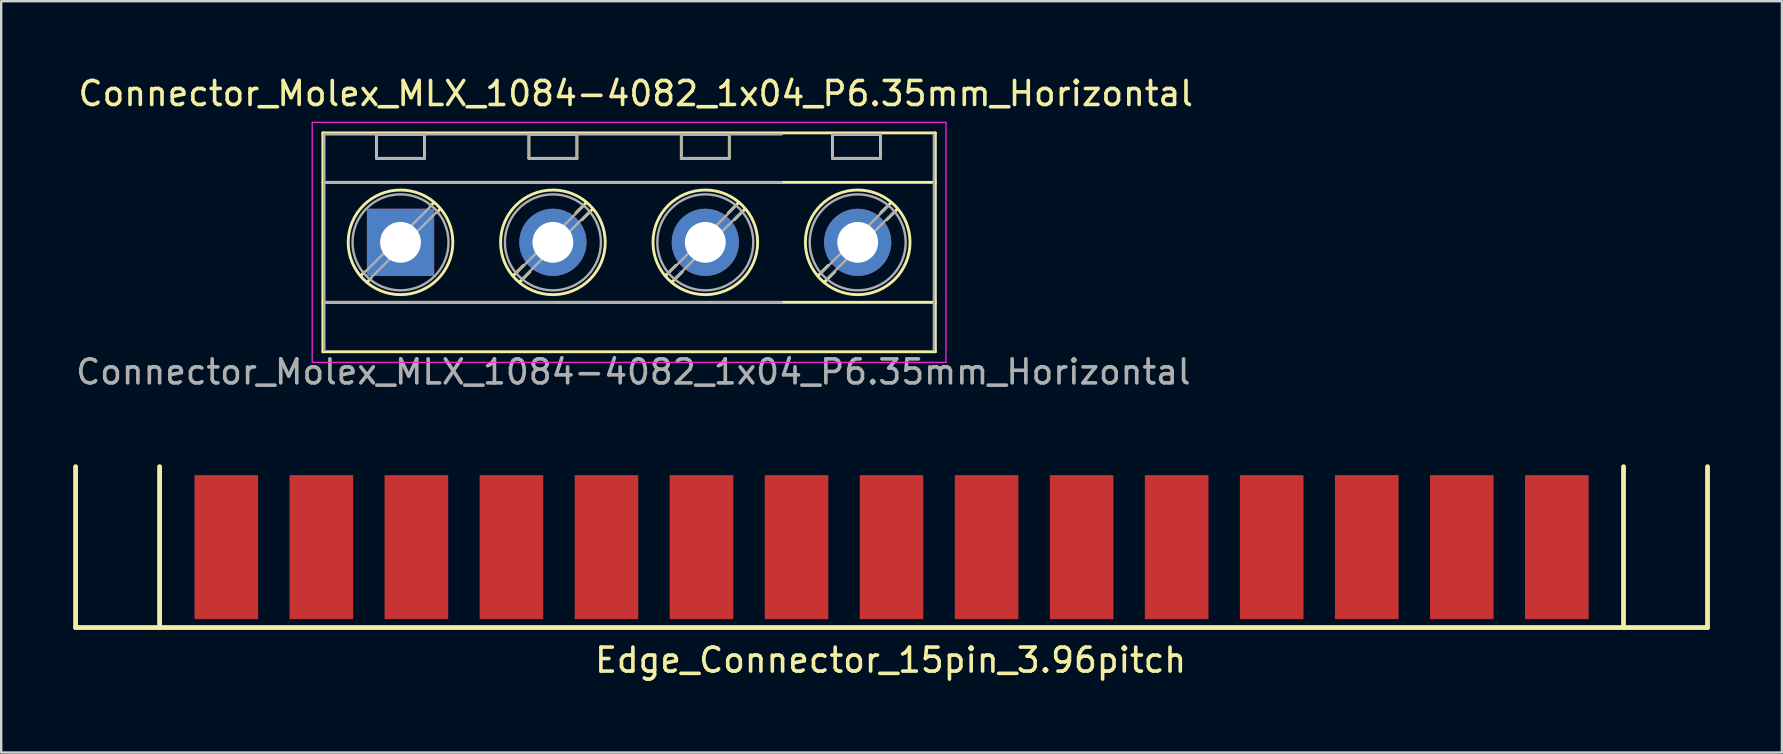
<source format=kicad_pcb>
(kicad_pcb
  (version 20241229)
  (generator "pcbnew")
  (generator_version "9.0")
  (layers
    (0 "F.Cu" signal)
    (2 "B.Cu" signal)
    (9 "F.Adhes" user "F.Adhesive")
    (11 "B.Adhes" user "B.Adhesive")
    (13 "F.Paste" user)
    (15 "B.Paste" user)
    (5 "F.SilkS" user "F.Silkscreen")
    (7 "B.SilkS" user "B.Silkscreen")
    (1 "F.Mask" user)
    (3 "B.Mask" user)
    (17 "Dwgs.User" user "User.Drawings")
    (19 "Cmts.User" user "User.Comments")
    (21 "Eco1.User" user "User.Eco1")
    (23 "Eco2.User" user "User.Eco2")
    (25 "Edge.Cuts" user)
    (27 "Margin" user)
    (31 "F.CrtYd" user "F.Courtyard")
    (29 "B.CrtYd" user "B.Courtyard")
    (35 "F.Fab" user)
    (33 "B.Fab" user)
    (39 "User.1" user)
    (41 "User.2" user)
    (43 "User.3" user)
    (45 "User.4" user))
  (footprint "Edge_Connector_15pin_3.96pitch"
    (layer "F.Cu")
    (at 34.1 19.748)
    (property "Reference" "Edge_Connector_15pin_3.96pitch" (at -0.04 4.71 0) (layer "F.SilkS") (effects (font (size 1 1) (thickness 0.15))))
    (attr through_hole)
    (fp_line (start -34 -3.352) (end -34 3.352) (stroke (width 0.2) (type solid)) (layer "F.SilkS"))
    (fp_line (start -30.5 -3.352) (end -30.5 3.352) (stroke (width 0.2) (type solid)) (layer "F.SilkS"))
    (fp_line (start 30.5 -3.352) (end 30.5 3.352) (stroke (width 0.2) (type solid)) (layer "F.SilkS"))
    (fp_line (start 34 -3.352) (end 34 3.352) (stroke (width 0.2) (type solid)) (layer "F.SilkS"))
    (fp_line (start 34 3.35) (end -34 3.35) (stroke (width 0.2) (type solid)) (layer "F.SilkS"))
    (pad "1" smd rect (at -27.72 0) (size 2.65 6) (layers "F.Cu" "F.Mask" "F.Paste"))
    (pad "2" smd rect (at -23.76 0) (size 2.65 6) (layers "F.Cu" "F.Mask" "F.Paste"))
    (pad "3" smd rect (at -19.8 0) (size 2.65 6) (layers "F.Cu" "F.Mask" "F.Paste"))
    (pad "4" smd rect (at -15.84 0) (size 2.65 6) (layers "F.Cu" "F.Mask" "F.Paste"))
    (pad "5" smd rect (at -11.88 0) (size 2.65 6) (layers "F.Cu" "F.Mask" "F.Paste"))
    (pad "6" smd rect (at -7.92 0) (size 2.65 6) (layers "F.Cu" "F.Mask" "F.Paste"))
    (pad "7" smd rect (at -3.96 0) (size 2.65 6) (layers "F.Cu" "F.Mask" "F.Paste"))
    (pad "8" smd rect (at 0 0) (size 2.65 6) (layers "F.Cu" "F.Mask" "F.Paste"))
    (pad "9" smd rect (at 3.96 0) (size 2.65 6) (layers "F.Cu" "F.Mask" "F.Paste"))
    (pad "10" smd rect (at 7.92 0) (size 2.65 6) (layers "F.Cu" "F.Mask" "F.Paste"))
    (pad "11" smd rect (at 11.88 0) (size 2.65 6) (layers "F.Cu" "F.Mask" "F.Paste"))
    (pad "12" smd rect (at 15.84 0) (size 2.65 6) (layers "F.Cu" "F.Mask" "F.Paste"))
    (pad "13" smd rect (at 19.8 0) (size 2.65 6) (layers "F.Cu" "F.Mask" "F.Paste"))
    (pad "14" smd rect (at 23.76 0) (size 2.65 6) (layers "F.Cu" "F.Mask" "F.Paste"))
    (pad "15" smd rect (at 27.72 0) (size 2.65 6) (layers "F.Cu" "F.Mask" "F.Paste")))
  (footprint "Connector_Molex_MLX_1084-4082_1x04_P6.35mm_Horizontal"
    (layer "F.Cu")
    (at 13.639 7.048)
    (property "Reference" "Connector_Molex_MLX_1084-4082_1x04_P6.35mm_Horizontal" (at 9.8 -6.2 0) (layer "F.SilkS") (effects (font (size 1 1) (thickness 0.15))))
    (attr through_hole)
    (fp_line (start -3.235 -4.56) (end -3.235 4.56) (stroke (width 0.12) (type solid)) (layer "F.SilkS"))
    (fp_line (start -3.235 -4.56) (end 22.285 -4.56) (stroke (width 0.12) (type solid)) (layer "F.SilkS"))
    (fp_line (start -3.235 -2.5) (end 22.285 -2.5) (stroke (width 0.12) (type solid)) (layer "F.SilkS"))
    (fp_line (start -3.235 2.5) (end 22.285 2.5) (stroke (width 0.12) (type solid)) (layer "F.SilkS"))
    (fp_line (start -3.235 4.56) (end 22.285 4.56) (stroke (width 0.12) (type solid)) (layer "F.SilkS"))
    (fp_line (start -1.502 1.235) (end -1.654 1.388) (stroke (width 0.12) (type solid)) (layer "F.SilkS"))
    (fp_line (start -1.236 1.502) (end -1.388 1.654) (stroke (width 0.12) (type solid)) (layer "F.SilkS"))
    (fp_line (start -1 -4.5) (end -1 -3.5) (stroke (width 0.12) (type solid)) (layer "F.SilkS"))
    (fp_line (start -1 -4.5) (end 1 -4.5) (stroke (width 0.12) (type solid)) (layer "F.SilkS"))
    (fp_line (start -1 -3.5) (end 1 -3.5) (stroke (width 0.12) (type solid)) (layer "F.SilkS"))
    (fp_line (start 1 -4.5) (end 1 -3.5) (stroke (width 0.12) (type solid)) (layer "F.SilkS"))
    (fp_line (start 1.388 -1.654) (end 1.236 -1.502) (stroke (width 0.12) (type solid)) (layer "F.SilkS"))
    (fp_line (start 1.654 -1.388) (end 1.502 -1.236) (stroke (width 0.12) (type solid)) (layer "F.SilkS"))
    (fp_line (start 5.123 0.962) (end 4.697 1.388) (stroke (width 0.12) (type solid)) (layer "F.SilkS"))
    (fp_line (start 5.35 -4.5) (end 5.35 -3.5) (stroke (width 0.12) (type solid)) (layer "F.SilkS"))
    (fp_line (start 5.35 -4.5) (end 7.35 -4.5) (stroke (width 0.12) (type solid)) (layer "F.SilkS"))
    (fp_line (start 5.35 -3.5) (end 7.35 -3.5) (stroke (width 0.12) (type solid)) (layer "F.SilkS"))
    (fp_line (start 5.389 1.228) (end 4.963 1.654) (stroke (width 0.12) (type solid)) (layer "F.SilkS"))
    (fp_line (start 7.35 -4.5) (end 7.35 -3.5) (stroke (width 0.12) (type solid)) (layer "F.SilkS"))
    (fp_line (start 7.738 -1.654) (end 7.312 -1.228) (stroke (width 0.12) (type solid)) (layer "F.SilkS"))
    (fp_line (start 8.004 -1.388) (end 7.563 -0.947) (stroke (width 0.12) (type solid)) (layer "F.SilkS"))
    (fp_line (start 11.473 0.962) (end 11.047 1.388) (stroke (width 0.12) (type solid)) (layer "F.SilkS"))
    (fp_line (start 11.7 -4.5) (end 11.7 -3.5) (stroke (width 0.12) (type solid)) (layer "F.SilkS"))
    (fp_line (start 11.7 -4.5) (end 13.7 -4.5) (stroke (width 0.12) (type solid)) (layer "F.SilkS"))
    (fp_line (start 11.7 -3.5) (end 13.7 -3.5) (stroke (width 0.12) (type solid)) (layer "F.SilkS"))
    (fp_line (start 11.739 1.228) (end 11.313 1.654) (stroke (width 0.12) (type solid)) (layer "F.SilkS"))
    (fp_line (start 13.7 -4.5) (end 13.7 -3.5) (stroke (width 0.12) (type solid)) (layer "F.SilkS"))
    (fp_line (start 14.088 -1.654) (end 13.662 -1.228) (stroke (width 0.12) (type solid)) (layer "F.SilkS"))
    (fp_line (start 14.354 -1.388) (end 13.913 -0.947) (stroke (width 0.12) (type solid)) (layer "F.SilkS"))
    (fp_line (start 17.823 0.962) (end 17.397 1.388) (stroke (width 0.12) (type solid)) (layer "F.SilkS"))
    (fp_line (start 18 -4.5) (end 18 -3.5) (stroke (width 0.12) (type solid)) (layer "F.SilkS"))
    (fp_line (start 18 -4.5) (end 20 -4.5) (stroke (width 0.12) (type solid)) (layer "F.SilkS"))
    (fp_line (start 18 -3.5) (end 20 -3.5) (stroke (width 0.12) (type solid)) (layer "F.SilkS"))
    (fp_line (start 18.089 1.228) (end 17.663 1.654) (stroke (width 0.12) (type solid)) (layer "F.SilkS"))
    (fp_line (start 20 -4.5) (end 20 -3.5) (stroke (width 0.12) (type solid)) (layer "F.SilkS"))
    (fp_line (start 20.438 -1.654) (end 20.012 -1.228) (stroke (width 0.12) (type solid)) (layer "F.SilkS"))
    (fp_line (start 20.704 -1.388) (end 20.263 -0.947) (stroke (width 0.12) (type solid)) (layer "F.SilkS"))
    (fp_line (start 22.285 -4.56) (end 22.285 4.56) (stroke (width 0.12) (type solid)) (layer "F.SilkS"))
    (fp_circle (center 0 0) (end 2.18 0) (stroke (width 0.12) (type solid)) (fill no) (layer "F.SilkS"))
    (fp_circle (center 6.35 0) (end 8.53 0) (stroke (width 0.12) (type solid)) (fill no) (layer "F.SilkS"))
    (fp_circle (center 12.7 0) (end 14.88 0) (stroke (width 0.12) (type solid)) (fill no) (layer "F.SilkS"))
    (fp_circle (center 19.05 0) (end 21.23 0) (stroke (width 0.12) (type solid)) (fill no) (layer "F.SilkS"))
    (fp_line (start -3.68 -5) (end -3.68 5) (stroke (width 0.05) (type solid)) (layer "F.CrtYd"))
    (fp_line (start -3.68 5) (end 22.73 5) (stroke (width 0.05) (type solid)) (layer "F.CrtYd"))
    (fp_line (start 22.73 -5) (end -3.68 -5) (stroke (width 0.05) (type solid)) (layer "F.CrtYd"))
    (fp_line (start 22.73 5) (end 22.73 -5) (stroke (width 0.05) (type solid)) (layer "F.CrtYd"))
    (fp_line (start -3.175 -4.5) (end 15.875 -4.5) (stroke (width 0.1) (type solid)) (layer "F.Fab"))
    (fp_line (start -3.175 -2.5) (end 15.875 -2.5) (stroke (width 0.1) (type solid)) (layer "F.Fab"))
    (fp_line (start -3.175 2.5) (end 15.875 2.5) (stroke (width 0.1) (type solid)) (layer "F.Fab"))
    (fp_line (start -3.175 4.5) (end -3.175 -4.5) (stroke (width 0.1) (type solid)) (layer "F.Fab"))
    (fp_line (start -1 -4.5) (end -1 -3.5) (stroke (width 0.1) (type solid)) (layer "F.Fab"))
    (fp_line (start -1 -3.5) (end 1 -3.5) (stroke (width 0.1) (type solid)) (layer "F.Fab"))
    (fp_line (start 1 -4.5) (end -1 -4.5) (stroke (width 0.1) (type solid)) (layer "F.Fab"))
    (fp_line (start 1 -3.5) (end 1 -4.5) (stroke (width 0.1) (type solid)) (layer "F.Fab"))
    (fp_line (start 1.273 -1.517) (end -1.517 1.273) (stroke (width 0.1) (type solid)) (layer "F.Fab"))
    (fp_line (start 1.517 -1.273) (end -1.273 1.517) (stroke (width 0.1) (type solid)) (layer "F.Fab"))
    (fp_line (start 5.35 -4.5) (end 5.35 -3.5) (stroke (width 0.1) (type solid)) (layer "F.Fab"))
    (fp_line (start 5.35 -3.5) (end 7.35 -3.5) (stroke (width 0.1) (type solid)) (layer "F.Fab"))
    (fp_line (start 7.35 -4.5) (end 5.35 -4.5) (stroke (width 0.1) (type solid)) (layer "F.Fab"))
    (fp_line (start 7.35 -3.5) (end 7.35 -4.5) (stroke (width 0.1) (type solid)) (layer "F.Fab"))
    (fp_line (start 7.623 -1.517) (end 4.834 1.273) (stroke (width 0.1) (type solid)) (layer "F.Fab"))
    (fp_line (start 7.867 -1.273) (end 5.078 1.517) (stroke (width 0.1) (type solid)) (layer "F.Fab"))
    (fp_line (start 11.7 -4.5) (end 11.7 -3.5) (stroke (width 0.1) (type solid)) (layer "F.Fab"))
    (fp_line (start 11.7 -3.5) (end 13.7 -3.5) (stroke (width 0.1) (type solid)) (layer "F.Fab"))
    (fp_line (start 13.7 -4.5) (end 11.7 -4.5) (stroke (width 0.1) (type solid)) (layer "F.Fab"))
    (fp_line (start 13.7 -3.5) (end 13.7 -4.5) (stroke (width 0.1) (type solid)) (layer "F.Fab"))
    (fp_line (start 13.973 -1.517) (end 11.184 1.273) (stroke (width 0.1) (type solid)) (layer "F.Fab"))
    (fp_line (start 14.217 -1.273) (end 11.428 1.517) (stroke (width 0.1) (type solid)) (layer "F.Fab"))
    (fp_line (start 18 -4.5) (end 18 -3.5) (stroke (width 0.1) (type solid)) (layer "F.Fab"))
    (fp_line (start 18 -3.5) (end 20 -3.5) (stroke (width 0.1) (type solid)) (layer "F.Fab"))
    (fp_line (start 20 -4.5) (end 18 -4.5) (stroke (width 0.1) (type solid)) (layer "F.Fab"))
    (fp_line (start 20 -3.5) (end 20 -4.5) (stroke (width 0.1) (type solid)) (layer "F.Fab"))
    (fp_line (start 20.323 -1.517) (end 17.534 1.273) (stroke (width 0.1) (type solid)) (layer "F.Fab"))
    (fp_line (start 20.567 -1.273) (end 17.778 1.517) (stroke (width 0.1) (type solid)) (layer "F.Fab"))
    (fp_line (start 22.225 -4.5) (end 22.225 4.5) (stroke (width 0.1) (type solid)) (layer "F.Fab"))
    (fp_circle (center 0 0) (end 2 0) (stroke (width 0.1) (type solid)) (fill no) (layer "F.Fab"))
    (fp_circle (center 6.35 0) (end 8.35 0) (stroke (width 0.1) (type solid)) (fill no) (layer "F.Fab"))
    (fp_circle (center 12.7 0) (end 14.7 0) (stroke (width 0.1) (type solid)) (fill no) (layer "F.Fab"))
    (fp_circle (center 19.05 0) (end 21.05 0) (stroke (width 0.1) (type solid)) (fill no) (layer "F.Fab"))
    (fp_text user "${REFERENCE}" (at 9.7 5.4 0) (layer "F.Fab") (effects (font (size 1 1) (thickness 0.15))))
    (pad "1" thru_hole rect (at 0 0) (size 2.8 2.8) (drill 1.7) (layers "*.Cu" "*.Mask"))
    (pad "2" thru_hole circle (at 6.35 0) (size 2.8 2.8) (drill 1.7) (layers "*.Cu" "*.Mask"))
    (pad "3" thru_hole circle (at 12.7 0) (size 2.8 2.8) (drill 1.7) (layers "*.Cu" "*.Mask"))
    (pad "4" thru_hole circle (at 19.05 0) (size 2.8 2.8) (drill 1.7) (layers "*.Cu" "*.Mask")))
  (gr_rect
    (start -3 -3)
    (end 71.2 28.307)
    (stroke (width 0.1) (type default))
    (fill no)
    (layer "Edge.Cuts")))
</source>
